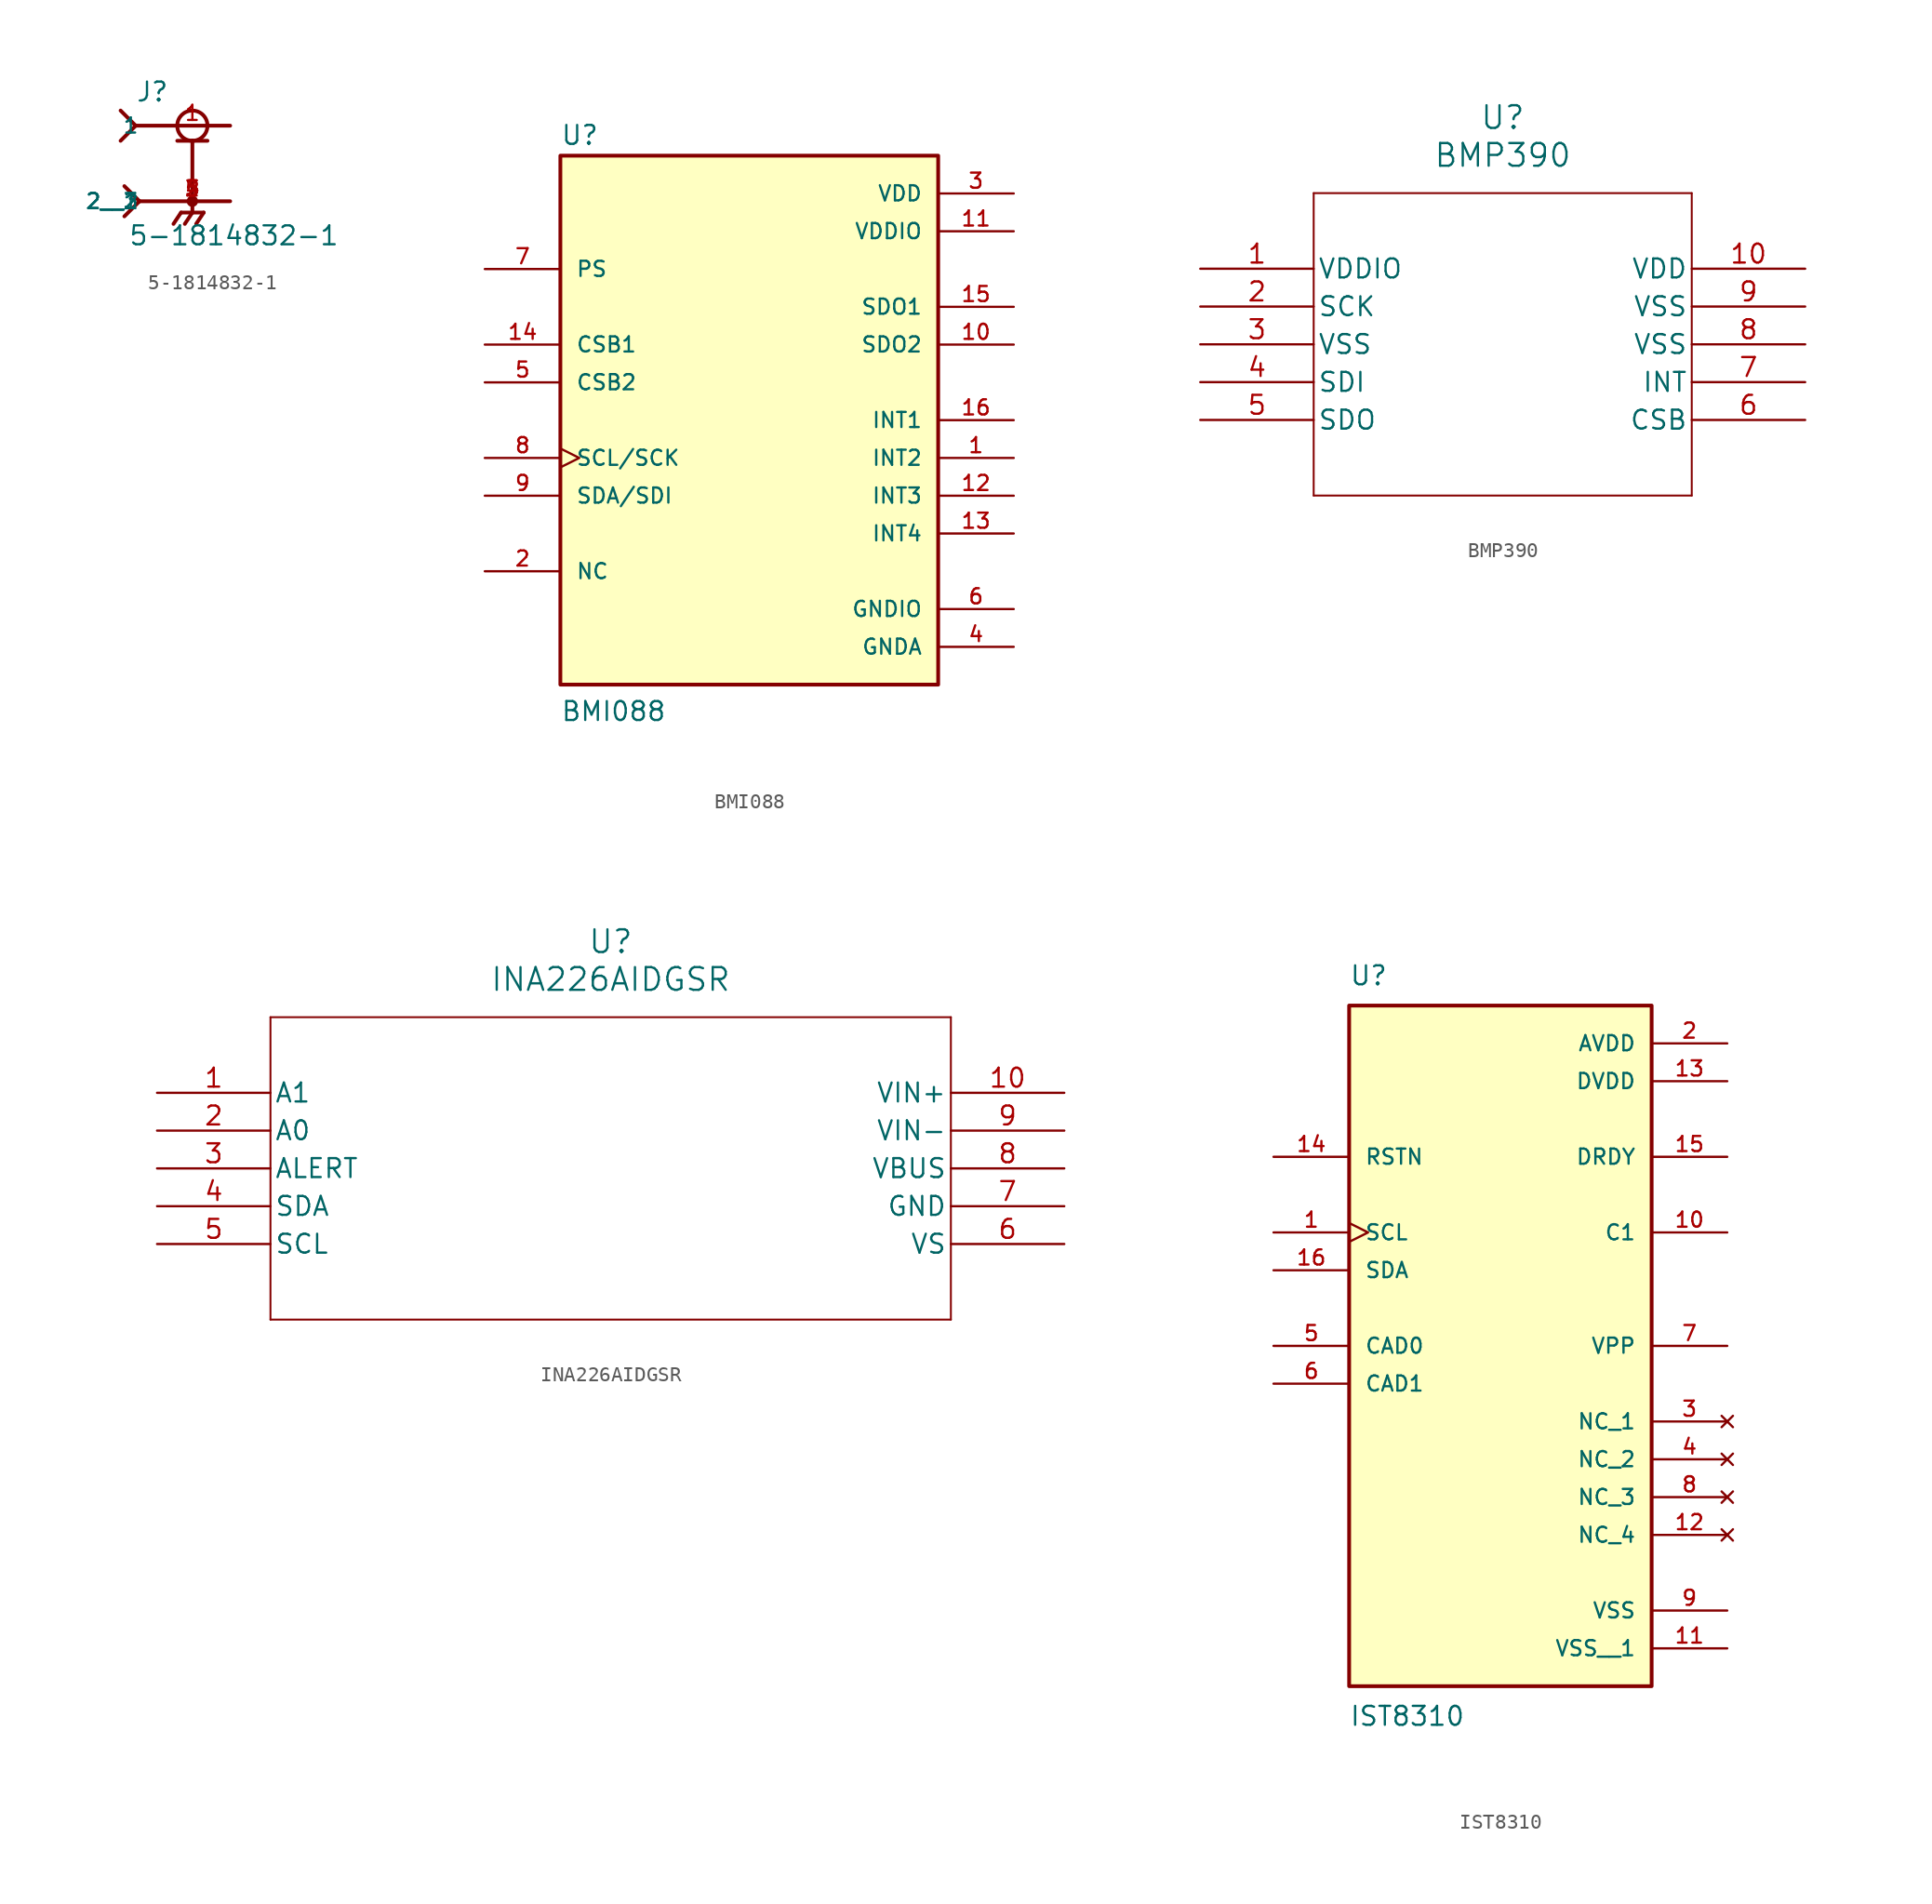
<source format=kicad_sym>
(kicad_symbol_lib
  (version 20241209)
  (generator "kicad_symbol_editor")
  (generator_version "9.0")
  (symbol "5-1814832-1"
    (pin_names
      (offset 1.016))
    (property "Reference" "J"
      (at -3.817 4.072 0)
      (effects (font (size 1.27 1.27)) (justify left bottom)))
    (property "Value" "5-1814832-1"
      (at -4.323 -5.594 0)
      (effects (font (size 1.27 1.27)) (justify left bottom)))
    (symbol "5-1814832-1_0_0"
      (polyline (pts (xy -4.826 3.556) (xy -3.81 2.54)) (stroke (width 0.254) (type default)) (fill (type none)))
      (polyline (pts (xy -4.826 1.524) (xy -3.81 2.54)) (stroke (width 0.254) (type default)) (fill (type none)))
      (polyline (pts (xy -4.572 -1.524) (xy -3.556 -2.54)) (stroke (width 0.254) (type default)) (fill (type none)))
      (polyline (pts (xy -4.572 -3.556) (xy -3.556 -2.54)) (stroke (width 0.254) (type default)) (fill (type none)))
      (polyline (pts (xy -3.81 2.54) (xy 2.54 2.54)) (stroke (width 0.254) (type default)) (fill (type none)))
      (polyline (pts (xy -1.016 1.524) (xy 0 1.524)) (stroke (width 0.254) (type default)) (fill (type none)))
      (polyline (pts (xy -0.762 -3.302) (xy -1.27 -4.064)) (stroke (width 0.254) (type default)) (fill (type none)))
      (circle (center 0 2.54) (radius 1.016) (stroke (width 0.254) (type default)) (fill (type none)))
      (polyline (pts (xy 0 1.524) (xy 0 -2.54)) (stroke (width 0.254) (type default)) (fill (type none)))
      (polyline (pts (xy 0 1.524) (xy 1.016 1.524)) (stroke (width 0.254) (type default)) (fill (type none)))
      (polyline (pts (xy 0 -2.54) (xy -3.556 -2.54)) (stroke (width 0.254) (type default)) (fill (type none)))
      (polyline (pts (xy 0 -2.54) (xy 0 -3.302)) (stroke (width 0.254) (type default)) (fill (type none)))
      (circle (center 0 -2.54) (radius 0.254) (stroke (width 0.254) (type default)) (fill (type none)))
      (polyline (pts (xy 0 -3.302) (xy -0.762 -3.302)) (stroke (width 0.254) (type default)) (fill (type none)))
      (polyline (pts (xy 0 -3.302) (xy -0.508 -4.064)) (stroke (width 0.254) (type default)) (fill (type none)))
      (polyline (pts (xy 0 -3.302) (xy 0.762 -3.302)) (stroke (width 0.254) (type default)) (fill (type none)))
      (polyline (pts (xy 0.762 -3.302) (xy 0.254 -4.064)) (stroke (width 0.254) (type default)) (fill (type none)))
      (polyline (pts (xy 2.54 -2.54) (xy 0 -2.54)) (stroke (width 0.254) (type default)) (fill (type none)))
      (pin passive line (at 2.54 2.54 180) (length 5.08) (name "1" (effects (font (size 1.016 1.016)))) (number "1" (effects (font (size 1.016 1.016)))))
      (pin passive line (at 2.54 -2.54 180) (length 5.08) (name "2" (effects (font (size 1.016 1.016)))) (number "2" (effects (font (size 1.016 1.016)))))
      (pin passive line (at 2.54 -2.54 180) (length 5.08) (name "2__1" (effects (font (size 1.016 1.016)))) (number "3" (effects (font (size 1.016 1.016)))))
      (pin passive line (at 2.54 -2.54 180) (length 5.08) (name "2__2" (effects (font (size 1.016 1.016)))) (number "4" (effects (font (size 1.016 1.016)))))
      (pin passive line (at 2.54 -2.54 180) (length 5.08) (name "2__3" (effects (font (size 1.016 1.016)))) (number "5" (effects (font (size 1.016 1.016)))))))
  (symbol "BMI088"
    (pin_names
      (offset 1.016))
    (property "Reference" "U"
      (at -12.7 18.415 0)
      (effects (font (size 1.27 1.27)) (justify left bottom)))
    (property "Value" "BMI088"
      (at -12.7 -20.32 0)
      (effects (font (size 1.27 1.27)) (justify left bottom)))
    (symbol "BMI088_0_0"
      (rectangle (start -12.7 -17.78) (end 12.7 17.78) (stroke (width 0.254) (type default)) (fill (type background)))
      (pin input line (at -17.78 10.16 0) (length 5.08) (name "PS" (effects (font (size 1.016 1.016)))) (number "7" (effects (font (size 1.016 1.016)))))
      (pin input line (at -17.78 5.08 0) (length 5.08) (name "CSB1" (effects (font (size 1.016 1.016)))) (number "14" (effects (font (size 1.016 1.016)))))
      (pin input line (at -17.78 2.54 0) (length 5.08) (name "CSB2" (effects (font (size 1.016 1.016)))) (number "5" (effects (font (size 1.016 1.016)))))
      (pin input clock (at -17.78 -2.54 0) (length 5.08) (name "SCL/SCK" (effects (font (size 1.016 1.016)))) (number "8" (effects (font (size 1.016 1.016)))))
      (pin bidirectional line (at -17.78 -5.08 0) (length 5.08) (name "SDA/SDI" (effects (font (size 1.016 1.016)))) (number "9" (effects (font (size 1.016 1.016)))))
      (pin passive line (at -17.78 -10.16 0) (length 5.08) (name "NC" (effects (font (size 1.016 1.016)))) (number "2" (effects (font (size 1.016 1.016)))))
      (pin power_in line (at 17.78 15.24 180) (length 5.08) (name "VDD" (effects (font (size 1.016 1.016)))) (number "3" (effects (font (size 1.016 1.016)))))
      (pin power_in line (at 17.78 12.7 180) (length 5.08) (name "VDDIO" (effects (font (size 1.016 1.016)))) (number "11" (effects (font (size 1.016 1.016)))))
      (pin output line (at 17.78 7.62 180) (length 5.08) (name "SDO1" (effects (font (size 1.016 1.016)))) (number "15" (effects (font (size 1.016 1.016)))))
      (pin output line (at 17.78 5.08 180) (length 5.08) (name "SDO2" (effects (font (size 1.016 1.016)))) (number "10" (effects (font (size 1.016 1.016)))))
      (pin bidirectional line (at 17.78 0 180) (length 5.08) (name "INT1" (effects (font (size 1.016 1.016)))) (number "16" (effects (font (size 1.016 1.016)))))
      (pin bidirectional line (at 17.78 -2.54 180) (length 5.08) (name "INT2" (effects (font (size 1.016 1.016)))) (number "1" (effects (font (size 1.016 1.016)))))
      (pin bidirectional line (at 17.78 -5.08 180) (length 5.08) (name "INT3" (effects (font (size 1.016 1.016)))) (number "12" (effects (font (size 1.016 1.016)))))
      (pin bidirectional line (at 17.78 -7.62 180) (length 5.08) (name "INT4" (effects (font (size 1.016 1.016)))) (number "13" (effects (font (size 1.016 1.016)))))
      (pin power_in line (at 17.78 -12.7 180) (length 5.08) (name "GNDIO" (effects (font (size 1.016 1.016)))) (number "6" (effects (font (size 1.016 1.016)))))
      (pin power_in line (at 17.78 -15.24 180) (length 5.08) (name "GNDA" (effects (font (size 1.016 1.016)))) (number "4" (effects (font (size 1.016 1.016)))))))
  (symbol "BMP390"
    (pin_names
      (offset 0.254))
    (property "Reference" "U"
      (at 20.32 10.16 0)
      (effects (font (size 1.524 1.524))))
    (property "Value" "BMP390"
      (at 20.32 7.62 0)
      (effects (font (size 1.524 1.524))))
    (symbol "BMP390_0_1"
      (polyline (pts (xy 7.62 5.08) (xy 7.62 -15.24)) (stroke (width 0.127) (type default)) (fill (type none)))
      (polyline (pts (xy 7.62 -15.24) (xy 33.02 -15.24)) (stroke (width 0.127) (type default)) (fill (type none)))
      (polyline (pts (xy 33.02 5.08) (xy 7.62 5.08)) (stroke (width 0.127) (type default)) (fill (type none)))
      (polyline (pts (xy 33.02 -15.24) (xy 33.02 5.08)) (stroke (width 0.127) (type default)) (fill (type none)))
      (pin power_in line (at 0 0 0) (length 7.62) (name "VDDIO" (effects (font (size 1.27 1.27)))) (number "1" (effects (font (size 1.27 1.27)))))
      (pin input line (at 0 -2.54 0) (length 7.62) (name "SCK" (effects (font (size 1.27 1.27)))) (number "2" (effects (font (size 1.27 1.27)))))
      (pin power_out line (at 0 -5.08 0) (length 7.62) (name "VSS" (effects (font (size 1.27 1.27)))) (number "3" (effects (font (size 1.27 1.27)))))
      (pin bidirectional line (at 0 -7.62 0) (length 7.62) (name "SDI" (effects (font (size 1.27 1.27)))) (number "4" (effects (font (size 1.27 1.27)))))
      (pin bidirectional line (at 0 -10.16 0) (length 7.62) (name "SDO" (effects (font (size 1.27 1.27)))) (number "5" (effects (font (size 1.27 1.27)))))
      (pin power_in line (at 40.64 0 180) (length 7.62) (name "VDD" (effects (font (size 1.27 1.27)))) (number "10" (effects (font (size 1.27 1.27)))))
      (pin power_out line (at 40.64 -2.54 180) (length 7.62) (name "VSS" (effects (font (size 1.27 1.27)))) (number "9" (effects (font (size 1.27 1.27)))))
      (pin power_out line (at 40.64 -5.08 180) (length 7.62) (name "VSS" (effects (font (size 1.27 1.27)))) (number "8" (effects (font (size 1.27 1.27)))))
      (pin input line (at 40.64 -7.62 180) (length 7.62) (name "INT" (effects (font (size 1.27 1.27)))) (number "7" (effects (font (size 1.27 1.27)))))
      (pin input line (at 40.64 -10.16 180) (length 7.62) (name "CSB" (effects (font (size 1.27 1.27)))) (number "6" (effects (font (size 1.27 1.27)))))))
  (symbol "INA226AIDGSR"
    (pin_names
      (offset 0.254))
    (property "Reference" "U"
      (at 30.48 10.16 0)
      (effects (font (size 1.524 1.524))))
    (property "Value" "INA226AIDGSR"
      (at 30.48 7.62 0)
      (effects (font (size 1.524 1.524))))
    (symbol "INA226AIDGSR_0_1"
      (polyline (pts (xy 7.62 5.08) (xy 7.62 -15.24)) (stroke (width 0.127) (type default)) (fill (type none)))
      (polyline (pts (xy 7.62 -15.24) (xy 53.34 -15.24)) (stroke (width 0.127) (type default)) (fill (type none)))
      (polyline (pts (xy 53.34 5.08) (xy 7.62 5.08)) (stroke (width 0.127) (type default)) (fill (type none)))
      (polyline (pts (xy 53.34 -15.24) (xy 53.34 5.08)) (stroke (width 0.127) (type default)) (fill (type none)))
      (pin unspecified line (at 0 0 0) (length 7.62) (name "A1" (effects (font (size 1.27 1.27)))) (number "1" (effects (font (size 1.27 1.27)))))
      (pin unspecified line (at 0 -2.54 0) (length 7.62) (name "A0" (effects (font (size 1.27 1.27)))) (number "2" (effects (font (size 1.27 1.27)))))
      (pin output line (at 0 -5.08 0) (length 7.62) (name "ALERT" (effects (font (size 1.27 1.27)))) (number "3" (effects (font (size 1.27 1.27)))))
      (pin bidirectional line (at 0 -7.62 0) (length 7.62) (name "SDA" (effects (font (size 1.27 1.27)))) (number "4" (effects (font (size 1.27 1.27)))))
      (pin input line (at 0 -10.16 0) (length 7.62) (name "SCL" (effects (font (size 1.27 1.27)))) (number "5" (effects (font (size 1.27 1.27)))))
      (pin input line (at 60.96 0 180) (length 7.62) (name "VIN+" (effects (font (size 1.27 1.27)))) (number "10" (effects (font (size 1.27 1.27)))))
      (pin input line (at 60.96 -2.54 180) (length 7.62) (name "VIN-" (effects (font (size 1.27 1.27)))) (number "9" (effects (font (size 1.27 1.27)))))
      (pin input line (at 60.96 -5.08 180) (length 7.62) (name "VBUS" (effects (font (size 1.27 1.27)))) (number "8" (effects (font (size 1.27 1.27)))))
      (pin power_in line (at 60.96 -7.62 180) (length 7.62) (name "GND" (effects (font (size 1.27 1.27)))) (number "7" (effects (font (size 1.27 1.27)))))
      (pin power_in line (at 60.96 -10.16 180) (length 7.62) (name "VS" (effects (font (size 1.27 1.27)))) (number "6" (effects (font (size 1.27 1.27)))))))
  (symbol "IST8310"
    (pin_names
      (offset 1.016))
    (property "Reference" "U"
      (at -10.16 21.59 0)
      (effects (font (size 1.27 1.27)) (justify left bottom)))
    (property "Value" "IST8310"
      (at -10.16 -26.67 0)
      (effects (font (size 1.27 1.27)) (justify left top)))
    (symbol "IST8310_0_0"
      (rectangle (start -10.16 -25.4) (end 10.16 20.32) (stroke (width 0.254) (type default)) (fill (type background)))
      (pin input line (at -15.24 10.16 0) (length 5.08) (name "RSTN" (effects (font (size 1.016 1.016)))) (number "14" (effects (font (size 1.016 1.016)))))
      (pin input clock (at -15.24 5.08 0) (length 5.08) (name "SCL" (effects (font (size 1.016 1.016)))) (number "1" (effects (font (size 1.016 1.016)))))
      (pin bidirectional line (at -15.24 2.54 0) (length 5.08) (name "SDA" (effects (font (size 1.016 1.016)))) (number "16" (effects (font (size 1.016 1.016)))))
      (pin input line (at -15.24 -2.54 0) (length 5.08) (name "CAD0" (effects (font (size 1.016 1.016)))) (number "5" (effects (font (size 1.016 1.016)))))
      (pin input line (at -15.24 -5.08 0) (length 5.08) (name "CAD1" (effects (font (size 1.016 1.016)))) (number "6" (effects (font (size 1.016 1.016)))))
      (pin power_in line (at 15.24 17.78 180) (length 5.08) (name "AVDD" (effects (font (size 1.016 1.016)))) (number "2" (effects (font (size 1.016 1.016)))))
      (pin power_in line (at 15.24 15.24 180) (length 5.08) (name "DVDD" (effects (font (size 1.016 1.016)))) (number "13" (effects (font (size 1.016 1.016)))))
      (pin output line (at 15.24 10.16 180) (length 5.08) (name "DRDY" (effects (font (size 1.016 1.016)))) (number "15" (effects (font (size 1.016 1.016)))))
      (pin passive line (at 15.24 5.08 180) (length 5.08) (name "C1" (effects (font (size 1.016 1.016)))) (number "10" (effects (font (size 1.016 1.016)))))
      (pin passive line (at 15.24 -2.54 180) (length 5.08) (name "VPP" (effects (font (size 1.016 1.016)))) (number "7" (effects (font (size 1.016 1.016)))))
      (pin no_connect line (at 15.24 -7.62 180) (length 5.08) (name "NC_1" (effects (font (size 1.016 1.016)))) (number "3" (effects (font (size 1.016 1.016)))))
      (pin no_connect line (at 15.24 -10.16 180) (length 5.08) (name "NC_2" (effects (font (size 1.016 1.016)))) (number "4" (effects (font (size 1.016 1.016)))))
      (pin no_connect line (at 15.24 -12.7 180) (length 5.08) (name "NC_3" (effects (font (size 1.016 1.016)))) (number "8" (effects (font (size 1.016 1.016)))))
      (pin no_connect line (at 15.24 -15.24 180) (length 5.08) (name "NC_4" (effects (font (size 1.016 1.016)))) (number "12" (effects (font (size 1.016 1.016)))))
      (pin power_in line (at 15.24 -20.32 180) (length 5.08) (name "VSS" (effects (font (size 1.016 1.016)))) (number "9" (effects (font (size 1.016 1.016)))))
      (pin power_in line (at 15.24 -22.86 180) (length 5.08) (name "VSS__1" (effects (font (size 1.016 1.016)))) (number "11" (effects (font (size 1.016 1.016))))))))
</source>
